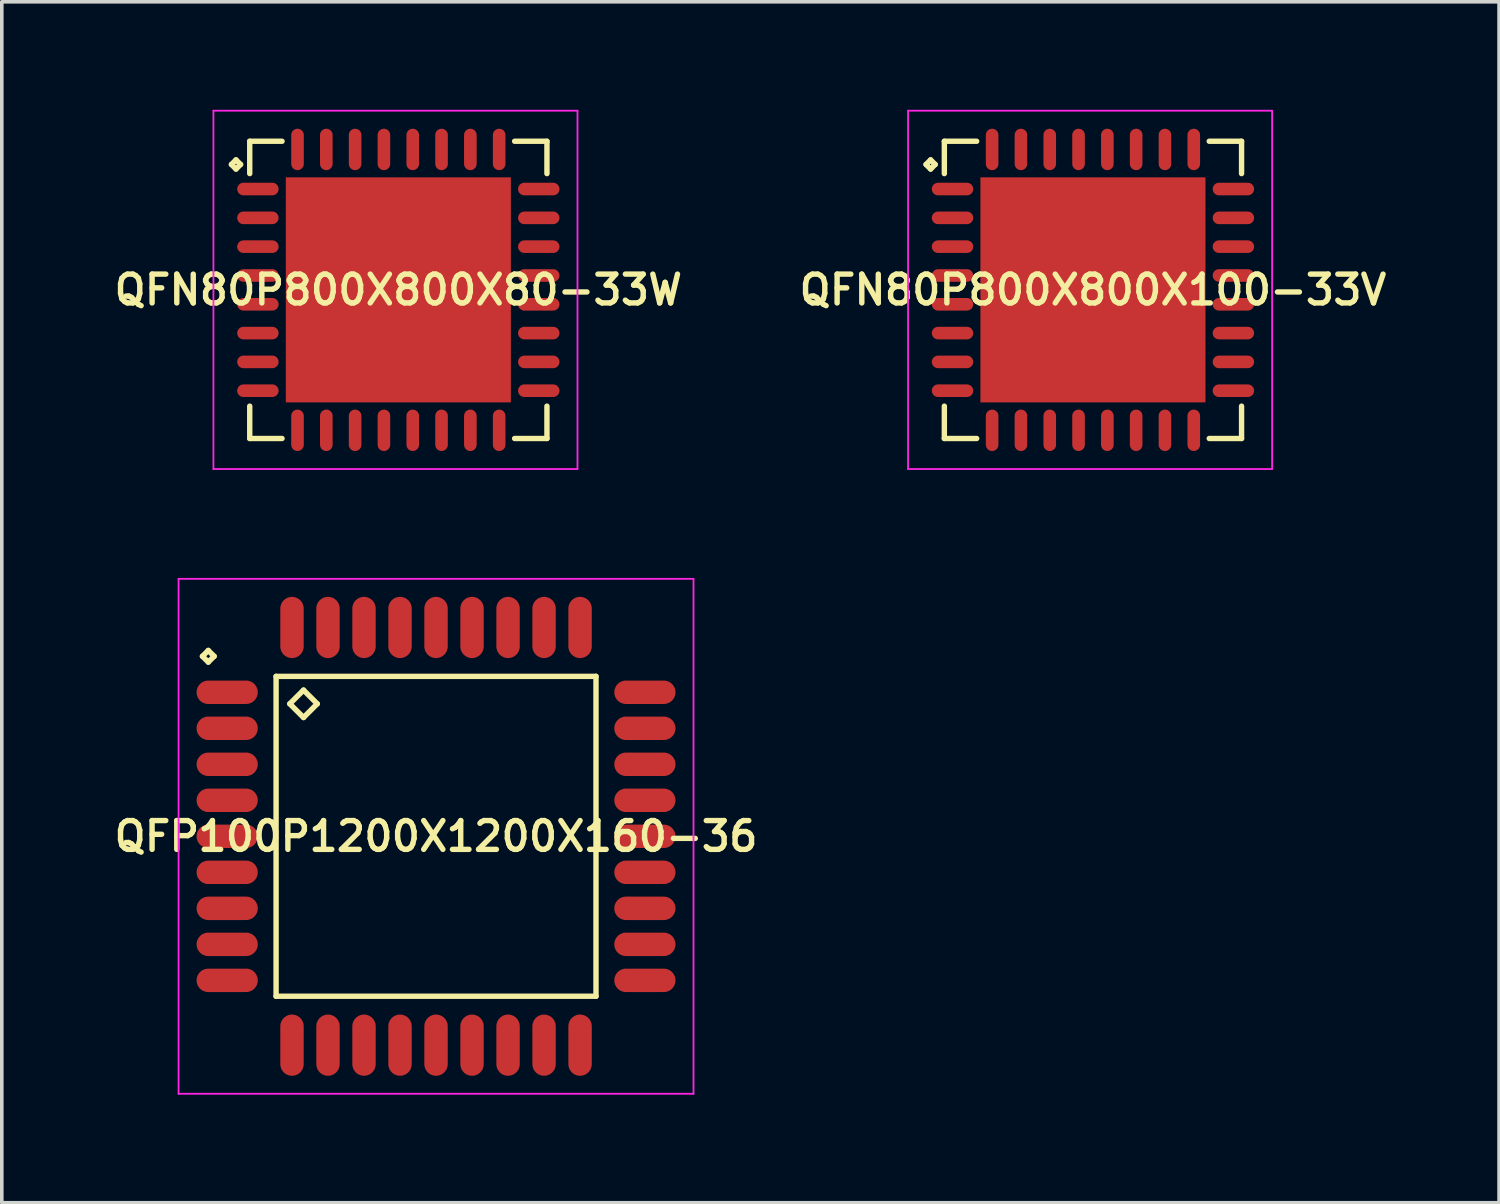
<source format=kicad_pcb>
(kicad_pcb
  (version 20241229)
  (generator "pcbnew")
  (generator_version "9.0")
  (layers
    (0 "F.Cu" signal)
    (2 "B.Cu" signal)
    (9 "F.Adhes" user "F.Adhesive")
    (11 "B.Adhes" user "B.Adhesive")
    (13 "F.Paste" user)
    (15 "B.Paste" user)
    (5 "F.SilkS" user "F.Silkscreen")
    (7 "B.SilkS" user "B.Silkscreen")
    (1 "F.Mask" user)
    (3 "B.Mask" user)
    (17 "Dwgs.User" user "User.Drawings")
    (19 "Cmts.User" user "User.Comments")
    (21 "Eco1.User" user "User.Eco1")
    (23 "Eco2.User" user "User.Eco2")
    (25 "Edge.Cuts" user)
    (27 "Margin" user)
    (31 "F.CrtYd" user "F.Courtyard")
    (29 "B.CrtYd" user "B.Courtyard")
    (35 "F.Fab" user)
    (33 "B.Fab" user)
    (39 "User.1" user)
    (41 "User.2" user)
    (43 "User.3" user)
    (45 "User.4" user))
  (footprint "QFN80P800X800X100-33V"
    (layer "F.Cu")
    (at 27.302 5)
    (property "Reference" "QFN80P800X800X100-33V" (at 0 0 0) (layer "F.SilkS") (effects (font (size 0.8 0.8) (thickness 0.15))))
    (attr smd)
    (fp_line (start -4.635 -3.483) (end -4.508 -3.61) (stroke (width 0.15) (type solid)) (layer "F.SilkS"))
    (fp_line (start -4.508 -3.61) (end -4.381 -3.483) (stroke (width 0.15) (type solid)) (layer "F.SilkS"))
    (fp_line (start -4.508 -3.356) (end -4.635 -3.483) (stroke (width 0.15) (type solid)) (layer "F.SilkS"))
    (fp_line (start -4.381 -3.483) (end -4.508 -3.356) (stroke (width 0.15) (type solid)) (layer "F.SilkS"))
    (fp_line (start -4.127 -4.127) (end -3.229 -4.127) (stroke (width 0.15) (type solid)) (layer "F.SilkS"))
    (fp_line (start -4.127 -3.229) (end -4.127 -4.127) (stroke (width 0.15) (type solid)) (layer "F.SilkS"))
    (fp_line (start -4.127 3.229) (end -4.127 4.127) (stroke (width 0.15) (type solid)) (layer "F.SilkS"))
    (fp_line (start -4.127 4.127) (end -3.229 4.127) (stroke (width 0.15) (type solid)) (layer "F.SilkS"))
    (fp_line (start 3.229 -4.127) (end 4.127 -4.127) (stroke (width 0.15) (type solid)) (layer "F.SilkS"))
    (fp_line (start 3.229 4.127) (end 4.127 4.127) (stroke (width 0.15) (type solid)) (layer "F.SilkS"))
    (fp_line (start 4.127 -4.127) (end 4.127 -3.229) (stroke (width 0.15) (type solid)) (layer "F.SilkS"))
    (fp_line (start 4.127 4.127) (end 4.127 3.229) (stroke (width 0.15) (type solid)) (layer "F.SilkS"))
    (fp_line (start -5.135 -4.975) (end 4.975 -4.975) (stroke (width 0.05) (type solid)) (layer "F.CrtYd"))
    (fp_line (start -5.135 4.975) (end -5.135 -4.975) (stroke (width 0.05) (type solid)) (layer "F.CrtYd"))
    (fp_line (start 4.975 -4.975) (end 4.975 4.975) (stroke (width 0.05) (type solid)) (layer "F.CrtYd"))
    (fp_line (start 4.975 4.975) (end -5.135 4.975) (stroke (width 0.05) (type solid)) (layer "F.CrtYd"))
    (pad "1" smd oval (at -3.9 -2.8) (size 1.15 0.35) (layers "F.Cu" "F.Mask" "F.Paste"))
    (pad "2" smd oval (at -3.9 -2) (size 1.15 0.35) (layers "F.Cu" "F.Mask" "F.Paste"))
    (pad "3" smd oval (at -3.9 -1.2) (size 1.15 0.35) (layers "F.Cu" "F.Mask" "F.Paste"))
    (pad "4" smd oval (at -3.9 -0.4) (size 1.15 0.35) (layers "F.Cu" "F.Mask" "F.Paste"))
    (pad "5" smd oval (at -3.9 0.4) (size 1.15 0.35) (layers "F.Cu" "F.Mask" "F.Paste"))
    (pad "6" smd oval (at -3.9 1.2) (size 1.15 0.35) (layers "F.Cu" "F.Mask" "F.Paste"))
    (pad "7" smd oval (at -3.9 2) (size 1.15 0.35) (layers "F.Cu" "F.Mask" "F.Paste"))
    (pad "8" smd oval (at -3.9 2.8) (size 1.15 0.35) (layers "F.Cu" "F.Mask" "F.Paste"))
    (pad "9" smd oval (at -2.8 3.9) (size 0.35 1.15) (layers "F.Cu" "F.Mask" "F.Paste"))
    (pad "10" smd oval (at -2 3.9) (size 0.35 1.15) (layers "F.Cu" "F.Mask" "F.Paste"))
    (pad "11" smd oval (at -1.2 3.9) (size 0.35 1.15) (layers "F.Cu" "F.Mask" "F.Paste"))
    (pad "12" smd oval (at -0.4 3.9) (size 0.35 1.15) (layers "F.Cu" "F.Mask" "F.Paste"))
    (pad "13" smd oval (at 0.4 3.9) (size 0.35 1.15) (layers "F.Cu" "F.Mask" "F.Paste"))
    (pad "14" smd oval (at 1.2 3.9) (size 0.35 1.15) (layers "F.Cu" "F.Mask" "F.Paste"))
    (pad "15" smd oval (at 2 3.9) (size 0.35 1.15) (layers "F.Cu" "F.Mask" "F.Paste"))
    (pad "16" smd oval (at 2.8 3.9) (size 0.35 1.15) (layers "F.Cu" "F.Mask" "F.Paste"))
    (pad "17" smd oval (at 3.9 2.8) (size 1.15 0.35) (layers "F.Cu" "F.Mask" "F.Paste"))
    (pad "18" smd oval (at 3.9 2) (size 1.15 0.35) (layers "F.Cu" "F.Mask" "F.Paste"))
    (pad "19" smd oval (at 3.9 1.2) (size 1.15 0.35) (layers "F.Cu" "F.Mask" "F.Paste"))
    (pad "20" smd oval (at 3.9 0.4) (size 1.15 0.35) (layers "F.Cu" "F.Mask" "F.Paste"))
    (pad "21" smd oval (at 3.9 -0.4) (size 1.15 0.35) (layers "F.Cu" "F.Mask" "F.Paste"))
    (pad "22" smd oval (at 3.9 -1.2) (size 1.15 0.35) (layers "F.Cu" "F.Mask" "F.Paste"))
    (pad "23" smd oval (at 3.9 -2) (size 1.15 0.35) (layers "F.Cu" "F.Mask" "F.Paste"))
    (pad "24" smd oval (at 3.9 -2.8) (size 1.15 0.35) (layers "F.Cu" "F.Mask" "F.Paste"))
    (pad "25" smd oval (at 2.8 -3.9) (size 0.35 1.15) (layers "F.Cu" "F.Mask" "F.Paste"))
    (pad "26" smd oval (at 2 -3.9) (size 0.35 1.15) (layers "F.Cu" "F.Mask" "F.Paste"))
    (pad "27" smd oval (at 1.2 -3.9) (size 0.35 1.15) (layers "F.Cu" "F.Mask" "F.Paste"))
    (pad "28" smd oval (at 0.4 -3.9) (size 0.35 1.15) (layers "F.Cu" "F.Mask" "F.Paste"))
    (pad "29" smd oval (at -0.4 -3.9) (size 0.35 1.15) (layers "F.Cu" "F.Mask" "F.Paste"))
    (pad "30" smd oval (at -1.2 -3.9) (size 0.35 1.15) (layers "F.Cu" "F.Mask" "F.Paste"))
    (pad "31" smd oval (at -2 -3.9) (size 0.35 1.15) (layers "F.Cu" "F.Mask" "F.Paste"))
    (pad "32" smd oval (at -2.8 -3.9) (size 0.35 1.15) (layers "F.Cu" "F.Mask" "F.Paste"))
    (pad "33" smd rect (at 0 0) (size 6.25 6.25) (layers "F.Cu" "F.Mask" "F.Paste")))
  (footprint "QFP100P1200X1200X160-36"
    (layer "F.Cu")
    (at 9.059 20.175)
    (property "Reference" "QFP100P1200X1200X160-36" (at 0 0 0) (layer "F.SilkS") (effects (font (size 0.8 0.8) (thickness 0.15))))
    (attr smd)
    (fp_line (start -6.487 -5) (end -6.325 -5.162) (stroke (width 0.15) (type solid)) (layer "F.SilkS"))
    (fp_line (start -6.325 -5.162) (end -6.162 -5) (stroke (width 0.15) (type solid)) (layer "F.SilkS"))
    (fp_line (start -6.325 -4.838) (end -6.487 -5) (stroke (width 0.15) (type solid)) (layer "F.SilkS"))
    (fp_line (start -6.162 -5) (end -6.325 -4.838) (stroke (width 0.15) (type solid)) (layer "F.SilkS"))
    (fp_line (start -4.442 -4.442) (end -4.442 4.442) (stroke (width 0.15) (type solid)) (layer "F.SilkS"))
    (fp_line (start -4.442 4.442) (end 4.442 4.442) (stroke (width 0.15) (type solid)) (layer "F.SilkS"))
    (fp_line (start -4.061 -3.68) (end -3.68 -4.061) (stroke (width 0.15) (type solid)) (layer "F.SilkS"))
    (fp_line (start -3.68 -4.061) (end -3.299 -3.68) (stroke (width 0.15) (type solid)) (layer "F.SilkS"))
    (fp_line (start -3.68 -3.299) (end -4.061 -3.68) (stroke (width 0.15) (type solid)) (layer "F.SilkS"))
    (fp_line (start -3.299 -3.68) (end -3.68 -3.299) (stroke (width 0.15) (type solid)) (layer "F.SilkS"))
    (fp_line (start 4.442 -4.442) (end -4.442 -4.442) (stroke (width 0.15) (type solid)) (layer "F.SilkS"))
    (fp_line (start 4.442 4.442) (end 4.442 -4.442) (stroke (width 0.15) (type solid)) (layer "F.SilkS"))
    (fp_line (start -7.15 -7.15) (end 7.15 -7.15) (stroke (width 0.05) (type solid)) (layer "F.CrtYd"))
    (fp_line (start -7.15 7.15) (end -7.15 -7.15) (stroke (width 0.05) (type solid)) (layer "F.CrtYd"))
    (fp_line (start 7.15 -7.15) (end 7.15 7.15) (stroke (width 0.05) (type solid)) (layer "F.CrtYd"))
    (fp_line (start 7.15 7.15) (end -7.15 7.15) (stroke (width 0.05) (type solid)) (layer "F.CrtYd"))
    (pad "1" smd oval (at -5.8 -4) (size 1.7 0.65) (layers "F.Cu" "F.Mask" "F.Paste"))
    (pad "2" smd oval (at -5.8 -3) (size 1.7 0.65) (layers "F.Cu" "F.Mask" "F.Paste"))
    (pad "3" smd oval (at -5.8 -2) (size 1.7 0.65) (layers "F.Cu" "F.Mask" "F.Paste"))
    (pad "4" smd oval (at -5.8 -1) (size 1.7 0.65) (layers "F.Cu" "F.Mask" "F.Paste"))
    (pad "5" smd oval (at -5.8 0) (size 1.7 0.65) (layers "F.Cu" "F.Mask" "F.Paste"))
    (pad "6" smd oval (at -5.8 1) (size 1.7 0.65) (layers "F.Cu" "F.Mask" "F.Paste"))
    (pad "7" smd oval (at -5.8 2) (size 1.7 0.65) (layers "F.Cu" "F.Mask" "F.Paste"))
    (pad "8" smd oval (at -5.8 3) (size 1.7 0.65) (layers "F.Cu" "F.Mask" "F.Paste"))
    (pad "9" smd oval (at -5.8 4) (size 1.7 0.65) (layers "F.Cu" "F.Mask" "F.Paste"))
    (pad "10" smd oval (at -4 5.8) (size 0.65 1.7) (layers "F.Cu" "F.Mask" "F.Paste"))
    (pad "11" smd oval (at -3 5.8) (size 0.65 1.7) (layers "F.Cu" "F.Mask" "F.Paste"))
    (pad "12" smd oval (at -2 5.8) (size 0.65 1.7) (layers "F.Cu" "F.Mask" "F.Paste"))
    (pad "13" smd oval (at -1 5.8) (size 0.65 1.7) (layers "F.Cu" "F.Mask" "F.Paste"))
    (pad "14" smd oval (at 0 5.8) (size 0.65 1.7) (layers "F.Cu" "F.Mask" "F.Paste"))
    (pad "15" smd oval (at 1 5.8) (size 0.65 1.7) (layers "F.Cu" "F.Mask" "F.Paste"))
    (pad "16" smd oval (at 2 5.8) (size 0.65 1.7) (layers "F.Cu" "F.Mask" "F.Paste"))
    (pad "17" smd oval (at 3 5.8) (size 0.65 1.7) (layers "F.Cu" "F.Mask" "F.Paste"))
    (pad "18" smd oval (at 4 5.8) (size 0.65 1.7) (layers "F.Cu" "F.Mask" "F.Paste"))
    (pad "19" smd oval (at 5.8 4) (size 1.7 0.65) (layers "F.Cu" "F.Mask" "F.Paste"))
    (pad "20" smd oval (at 5.8 3) (size 1.7 0.65) (layers "F.Cu" "F.Mask" "F.Paste"))
    (pad "21" smd oval (at 5.8 2) (size 1.7 0.65) (layers "F.Cu" "F.Mask" "F.Paste"))
    (pad "22" smd oval (at 5.8 1) (size 1.7 0.65) (layers "F.Cu" "F.Mask" "F.Paste"))
    (pad "23" smd oval (at 5.8 0) (size 1.7 0.65) (layers "F.Cu" "F.Mask" "F.Paste"))
    (pad "24" smd oval (at 5.8 -1) (size 1.7 0.65) (layers "F.Cu" "F.Mask" "F.Paste"))
    (pad "25" smd oval (at 5.8 -2) (size 1.7 0.65) (layers "F.Cu" "F.Mask" "F.Paste"))
    (pad "26" smd oval (at 5.8 -3) (size 1.7 0.65) (layers "F.Cu" "F.Mask" "F.Paste"))
    (pad "27" smd oval (at 5.8 -4) (size 1.7 0.65) (layers "F.Cu" "F.Mask" "F.Paste"))
    (pad "28" smd oval (at 4 -5.8) (size 0.65 1.7) (layers "F.Cu" "F.Mask" "F.Paste"))
    (pad "29" smd oval (at 3 -5.8) (size 0.65 1.7) (layers "F.Cu" "F.Mask" "F.Paste"))
    (pad "30" smd oval (at 2 -5.8) (size 0.65 1.7) (layers "F.Cu" "F.Mask" "F.Paste"))
    (pad "31" smd oval (at 1 -5.8) (size 0.65 1.7) (layers "F.Cu" "F.Mask" "F.Paste"))
    (pad "32" smd oval (at 0 -5.8) (size 0.65 1.7) (layers "F.Cu" "F.Mask" "F.Paste"))
    (pad "33" smd oval (at -1 -5.8) (size 0.65 1.7) (layers "F.Cu" "F.Mask" "F.Paste"))
    (pad "34" smd oval (at -2 -5.8) (size 0.65 1.7) (layers "F.Cu" "F.Mask" "F.Paste"))
    (pad "35" smd oval (at -3 -5.8) (size 0.65 1.7) (layers "F.Cu" "F.Mask" "F.Paste"))
    (pad "36" smd oval (at -4 -5.8) (size 0.65 1.7) (layers "F.Cu" "F.Mask" "F.Paste")))
  (footprint "QFN80P800X800X80-33W"
    (layer "F.Cu")
    (at 8.012 5)
    (property "Reference" "QFN80P800X800X80-33W" (at 0 0 0) (layer "F.SilkS") (effects (font (size 0.8 0.8) (thickness 0.15))))
    (attr smd)
    (fp_line (start -4.635 -3.483) (end -4.508 -3.61) (stroke (width 0.15) (type solid)) (layer "F.SilkS"))
    (fp_line (start -4.508 -3.61) (end -4.381 -3.483) (stroke (width 0.15) (type solid)) (layer "F.SilkS"))
    (fp_line (start -4.508 -3.356) (end -4.635 -3.483) (stroke (width 0.15) (type solid)) (layer "F.SilkS"))
    (fp_line (start -4.381 -3.483) (end -4.508 -3.356) (stroke (width 0.15) (type solid)) (layer "F.SilkS"))
    (fp_line (start -4.127 -4.127) (end -3.229 -4.127) (stroke (width 0.15) (type solid)) (layer "F.SilkS"))
    (fp_line (start -4.127 -3.229) (end -4.127 -4.127) (stroke (width 0.15) (type solid)) (layer "F.SilkS"))
    (fp_line (start -4.127 3.229) (end -4.127 4.127) (stroke (width 0.15) (type solid)) (layer "F.SilkS"))
    (fp_line (start -4.127 4.127) (end -3.229 4.127) (stroke (width 0.15) (type solid)) (layer "F.SilkS"))
    (fp_line (start 3.229 -4.127) (end 4.127 -4.127) (stroke (width 0.15) (type solid)) (layer "F.SilkS"))
    (fp_line (start 3.229 4.127) (end 4.127 4.127) (stroke (width 0.15) (type solid)) (layer "F.SilkS"))
    (fp_line (start 4.127 -4.127) (end 4.127 -3.229) (stroke (width 0.15) (type solid)) (layer "F.SilkS"))
    (fp_line (start 4.127 4.127) (end 4.127 3.229) (stroke (width 0.15) (type solid)) (layer "F.SilkS"))
    (fp_line (start -5.135 -4.975) (end 4.975 -4.975) (stroke (width 0.05) (type solid)) (layer "F.CrtYd"))
    (fp_line (start -5.135 4.975) (end -5.135 -4.975) (stroke (width 0.05) (type solid)) (layer "F.CrtYd"))
    (fp_line (start 4.975 -4.975) (end 4.975 4.975) (stroke (width 0.05) (type solid)) (layer "F.CrtYd"))
    (fp_line (start 4.975 4.975) (end -5.135 4.975) (stroke (width 0.05) (type solid)) (layer "F.CrtYd"))
    (pad "1" smd oval (at -3.9 -2.8) (size 1.15 0.35) (layers "F.Cu" "F.Mask" "F.Paste"))
    (pad "2" smd oval (at -3.9 -2) (size 1.15 0.35) (layers "F.Cu" "F.Mask" "F.Paste"))
    (pad "3" smd oval (at -3.9 -1.2) (size 1.15 0.35) (layers "F.Cu" "F.Mask" "F.Paste"))
    (pad "4" smd oval (at -3.9 -0.4) (size 1.15 0.35) (layers "F.Cu" "F.Mask" "F.Paste"))
    (pad "5" smd oval (at -3.9 0.4) (size 1.15 0.35) (layers "F.Cu" "F.Mask" "F.Paste"))
    (pad "6" smd oval (at -3.9 1.2) (size 1.15 0.35) (layers "F.Cu" "F.Mask" "F.Paste"))
    (pad "7" smd oval (at -3.9 2) (size 1.15 0.35) (layers "F.Cu" "F.Mask" "F.Paste"))
    (pad "8" smd oval (at -3.9 2.8) (size 1.15 0.35) (layers "F.Cu" "F.Mask" "F.Paste"))
    (pad "9" smd oval (at -2.8 3.9) (size 0.35 1.15) (layers "F.Cu" "F.Mask" "F.Paste"))
    (pad "10" smd oval (at -2 3.9) (size 0.35 1.15) (layers "F.Cu" "F.Mask" "F.Paste"))
    (pad "11" smd oval (at -1.2 3.9) (size 0.35 1.15) (layers "F.Cu" "F.Mask" "F.Paste"))
    (pad "12" smd oval (at -0.4 3.9) (size 0.35 1.15) (layers "F.Cu" "F.Mask" "F.Paste"))
    (pad "13" smd oval (at 0.4 3.9) (size 0.35 1.15) (layers "F.Cu" "F.Mask" "F.Paste"))
    (pad "14" smd oval (at 1.2 3.9) (size 0.35 1.15) (layers "F.Cu" "F.Mask" "F.Paste"))
    (pad "15" smd oval (at 2 3.9) (size 0.35 1.15) (layers "F.Cu" "F.Mask" "F.Paste"))
    (pad "16" smd oval (at 2.8 3.9) (size 0.35 1.15) (layers "F.Cu" "F.Mask" "F.Paste"))
    (pad "17" smd oval (at 3.9 2.8) (size 1.15 0.35) (layers "F.Cu" "F.Mask" "F.Paste"))
    (pad "18" smd oval (at 3.9 2) (size 1.15 0.35) (layers "F.Cu" "F.Mask" "F.Paste"))
    (pad "19" smd oval (at 3.9 1.2) (size 1.15 0.35) (layers "F.Cu" "F.Mask" "F.Paste"))
    (pad "20" smd oval (at 3.9 0.4) (size 1.15 0.35) (layers "F.Cu" "F.Mask" "F.Paste"))
    (pad "21" smd oval (at 3.9 -0.4) (size 1.15 0.35) (layers "F.Cu" "F.Mask" "F.Paste"))
    (pad "22" smd oval (at 3.9 -1.2) (size 1.15 0.35) (layers "F.Cu" "F.Mask" "F.Paste"))
    (pad "23" smd oval (at 3.9 -2) (size 1.15 0.35) (layers "F.Cu" "F.Mask" "F.Paste"))
    (pad "24" smd oval (at 3.9 -2.8) (size 1.15 0.35) (layers "F.Cu" "F.Mask" "F.Paste"))
    (pad "25" smd oval (at 2.8 -3.9) (size 0.35 1.15) (layers "F.Cu" "F.Mask" "F.Paste"))
    (pad "26" smd oval (at 2 -3.9) (size 0.35 1.15) (layers "F.Cu" "F.Mask" "F.Paste"))
    (pad "27" smd oval (at 1.2 -3.9) (size 0.35 1.15) (layers "F.Cu" "F.Mask" "F.Paste"))
    (pad "28" smd oval (at 0.4 -3.9) (size 0.35 1.15) (layers "F.Cu" "F.Mask" "F.Paste"))
    (pad "29" smd oval (at -0.4 -3.9) (size 0.35 1.15) (layers "F.Cu" "F.Mask" "F.Paste"))
    (pad "30" smd oval (at -1.2 -3.9) (size 0.35 1.15) (layers "F.Cu" "F.Mask" "F.Paste"))
    (pad "31" smd oval (at -2 -3.9) (size 0.35 1.15) (layers "F.Cu" "F.Mask" "F.Paste"))
    (pad "32" smd oval (at -2.8 -3.9) (size 0.35 1.15) (layers "F.Cu" "F.Mask" "F.Paste"))
    (pad "33" smd rect (at 0 0) (size 6.25 6.25) (layers "F.Cu" "F.Mask" "F.Paste")))
  (gr_rect
    (start -3 -3)
    (end 38.58 30.35)
    (stroke (width 0.1) (type default))
    (fill no)
    (layer "Edge.Cuts")))
</source>
